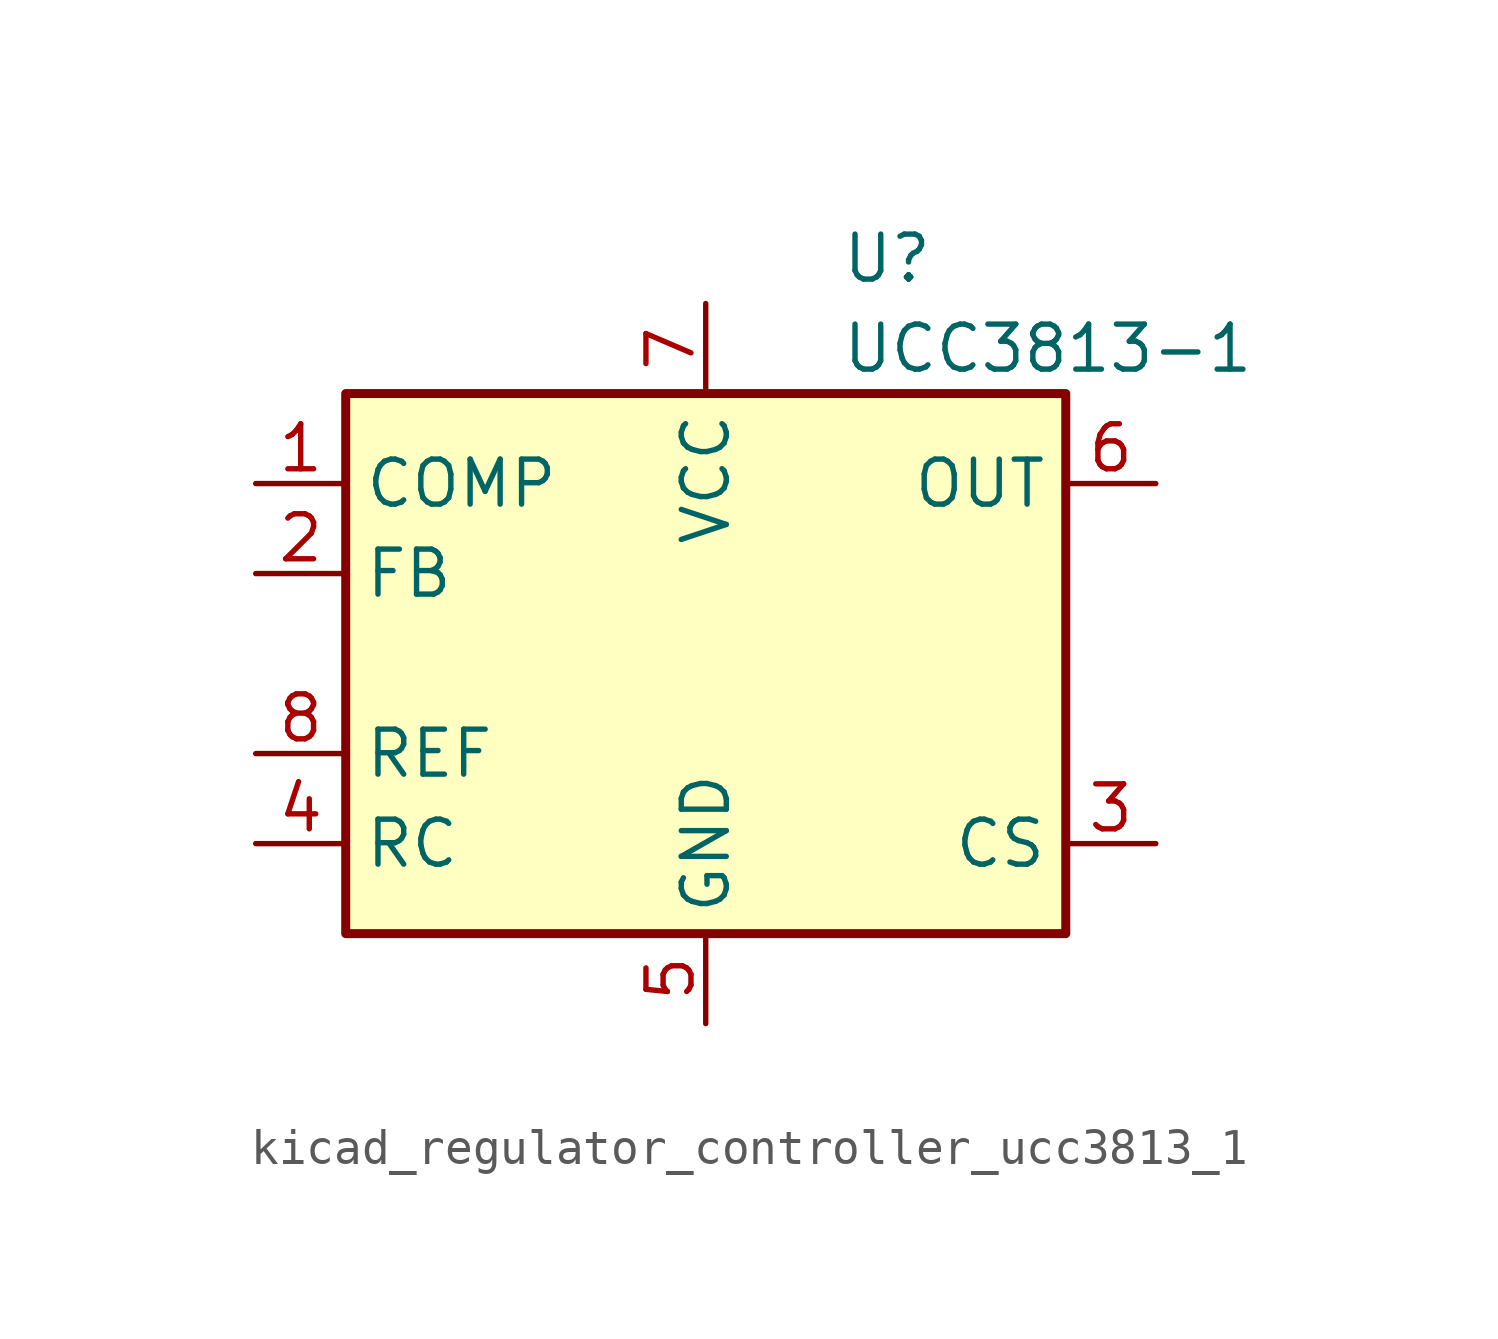
<source format=kicad_sym>
(kicad_symbol_lib
  (version 20220914)
  (generator kicad_symbol_editor)
  (symbol "kicad_regulator_controller_ucc3813_1"
    (property "Reference" "U"
      (at 3.81 11.43 0)
      (effects (font (size 1.27 1.27)) (justify left)))
    (property "Value" "UCC3813-1"
      (at 3.81 8.89 0)
      (effects (font (size 1.27 1.27)) (justify left)))
    (symbol "kicad_regulator_controller_ucc3813_1_0_1"
      (rectangle (start -10.16 -7.62) (end 10.16 7.62) (stroke (width 0.254) (type default)) (fill (type background))))
    (symbol "kicad_regulator_controller_ucc3813_1_1_1"
      (pin passive line (at -12.7 5.08 0) (length 2.54) (name "COMP" (effects (font (size 1.27 1.27)))) (number "1" (effects (font (size 1.27 1.27)))))
      (pin input line (at -12.7 2.54 0) (length 2.54) (name "FB" (effects (font (size 1.27 1.27)))) (number "2" (effects (font (size 1.27 1.27)))))
      (pin input line (at 12.7 -5.08 180) (length 2.54) (name "CS" (effects (font (size 1.27 1.27)))) (number "3" (effects (font (size 1.27 1.27)))))
      (pin passive line (at -12.7 -5.08 0) (length 2.54) (name "RC" (effects (font (size 1.27 1.27)))) (number "4" (effects (font (size 1.27 1.27)))))
      (pin power_in line (at 0 -10.16 90) (length 2.54) (name "GND" (effects (font (size 1.27 1.27)))) (number "5" (effects (font (size 1.27 1.27)))))
      (pin output line (at 12.7 5.08 180) (length 2.54) (name "OUT" (effects (font (size 1.27 1.27)))) (number "6" (effects (font (size 1.27 1.27)))))
      (pin power_in line (at 0 10.16 270) (length 2.54) (name "VCC" (effects (font (size 1.27 1.27)))) (number "7" (effects (font (size 1.27 1.27)))))
      (pin power_in line (at -12.7 -2.54 0) (length 2.54) (name "REF" (effects (font (size 1.27 1.27)))) (number "8" (effects (font (size 1.27 1.27))))))))
</source>
